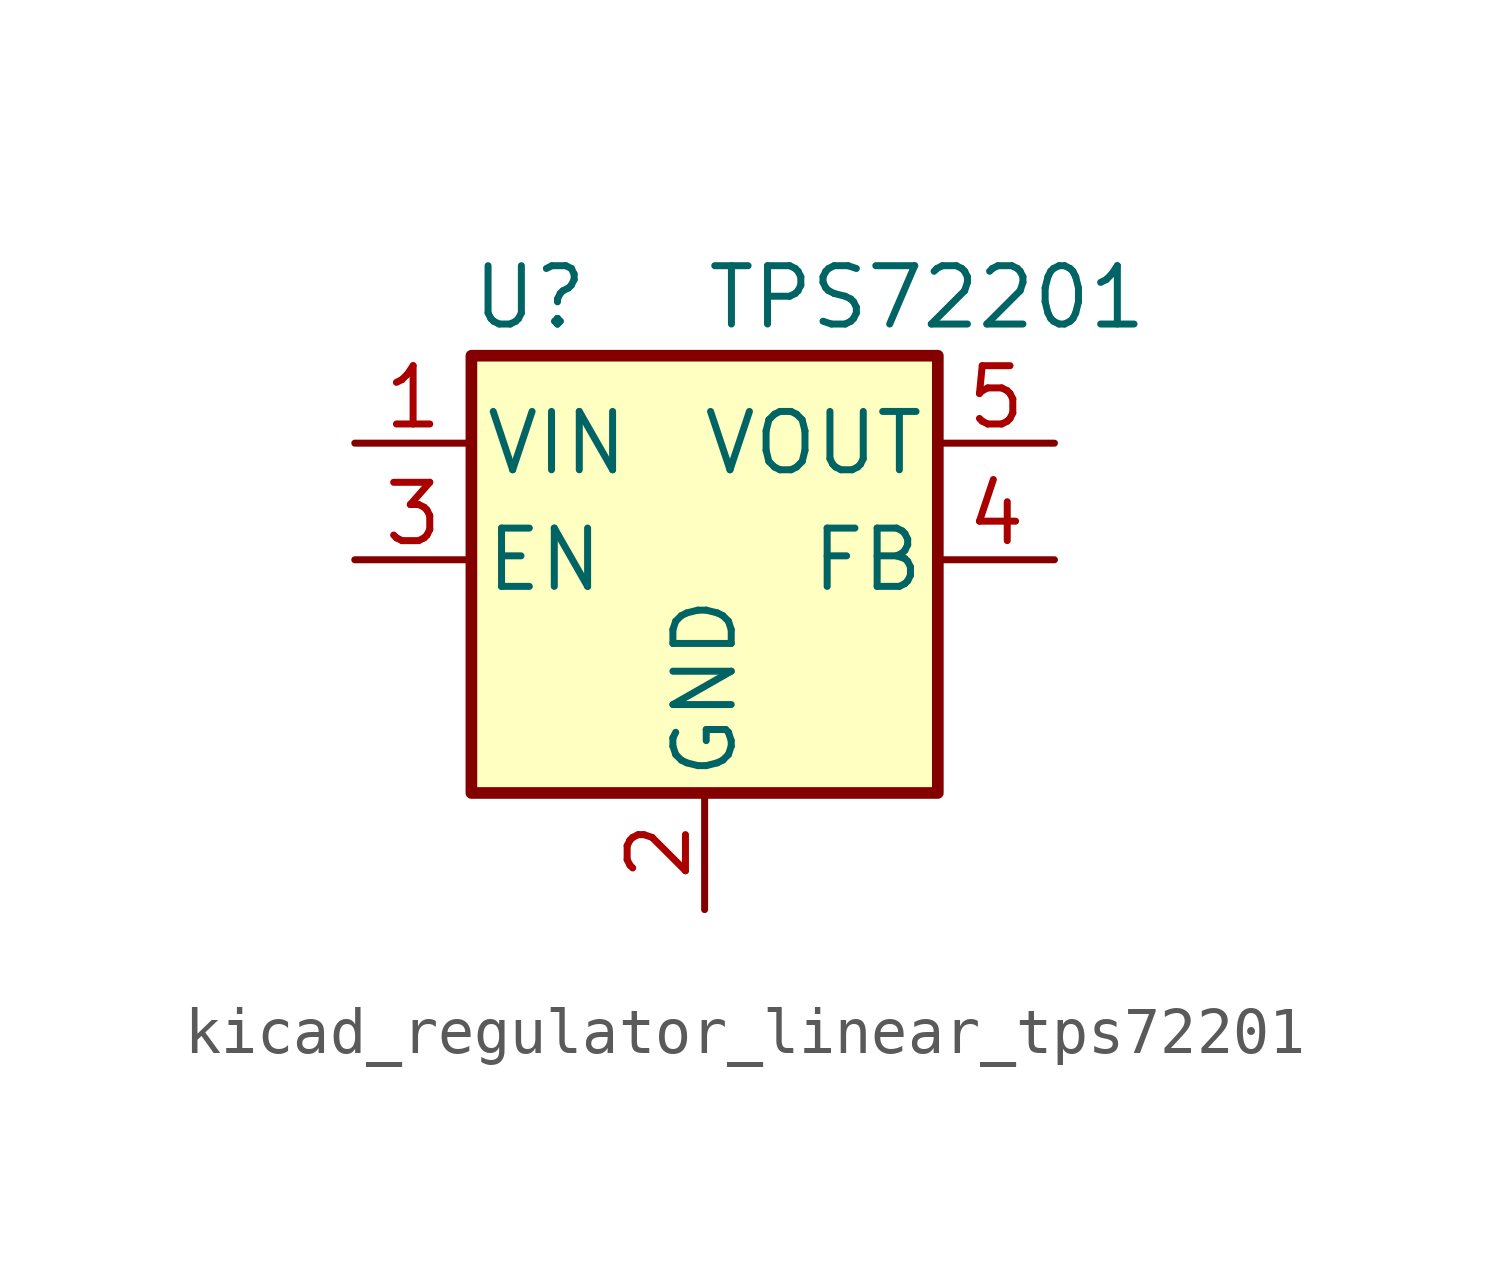
<source format=kicad_sym>
(kicad_symbol_lib
  (version 20220914)
  (generator kicad_symbol_editor)
  (symbol "kicad_regulator_linear_tps72201"
    (pin_names
      (offset 0.254))
    (property "Reference" "U"
      (at -3.81 5.715 0)
      (effects (font (size 1.27 1.27))))
    (property "Value" "TPS72201"
      (at 0 5.715 0)
      (effects (font (size 1.27 1.27)) (justify left)))
    (symbol "kicad_regulator_linear_tps72201_0_1"
      (rectangle (start -5.08 4.445) (end 5.08 -5.08) (stroke (width 0.254) (type default)) (fill (type background))))
    (symbol "kicad_regulator_linear_tps72201_1_1"
      (pin power_in line (at -7.62 2.54 0) (length 2.54) (name "VIN" (effects (font (size 1.27 1.27)))) (number "1" (effects (font (size 1.27 1.27)))))
      (pin power_in line (at 0 -7.62 90) (length 2.54) (name "GND" (effects (font (size 1.27 1.27)))) (number "2" (effects (font (size 1.27 1.27)))))
      (pin input line (at -7.62 0 0) (length 2.54) (name "EN" (effects (font (size 1.27 1.27)))) (number "3" (effects (font (size 1.27 1.27)))))
      (pin input line (at 7.62 0 180) (length 2.54) (name "FB" (effects (font (size 1.27 1.27)))) (number "4" (effects (font (size 1.27 1.27)))))
      (pin power_out line (at 7.62 2.54 180) (length 2.54) (name "VOUT" (effects (font (size 1.27 1.27)))) (number "5" (effects (font (size 1.27 1.27))))))))
</source>
